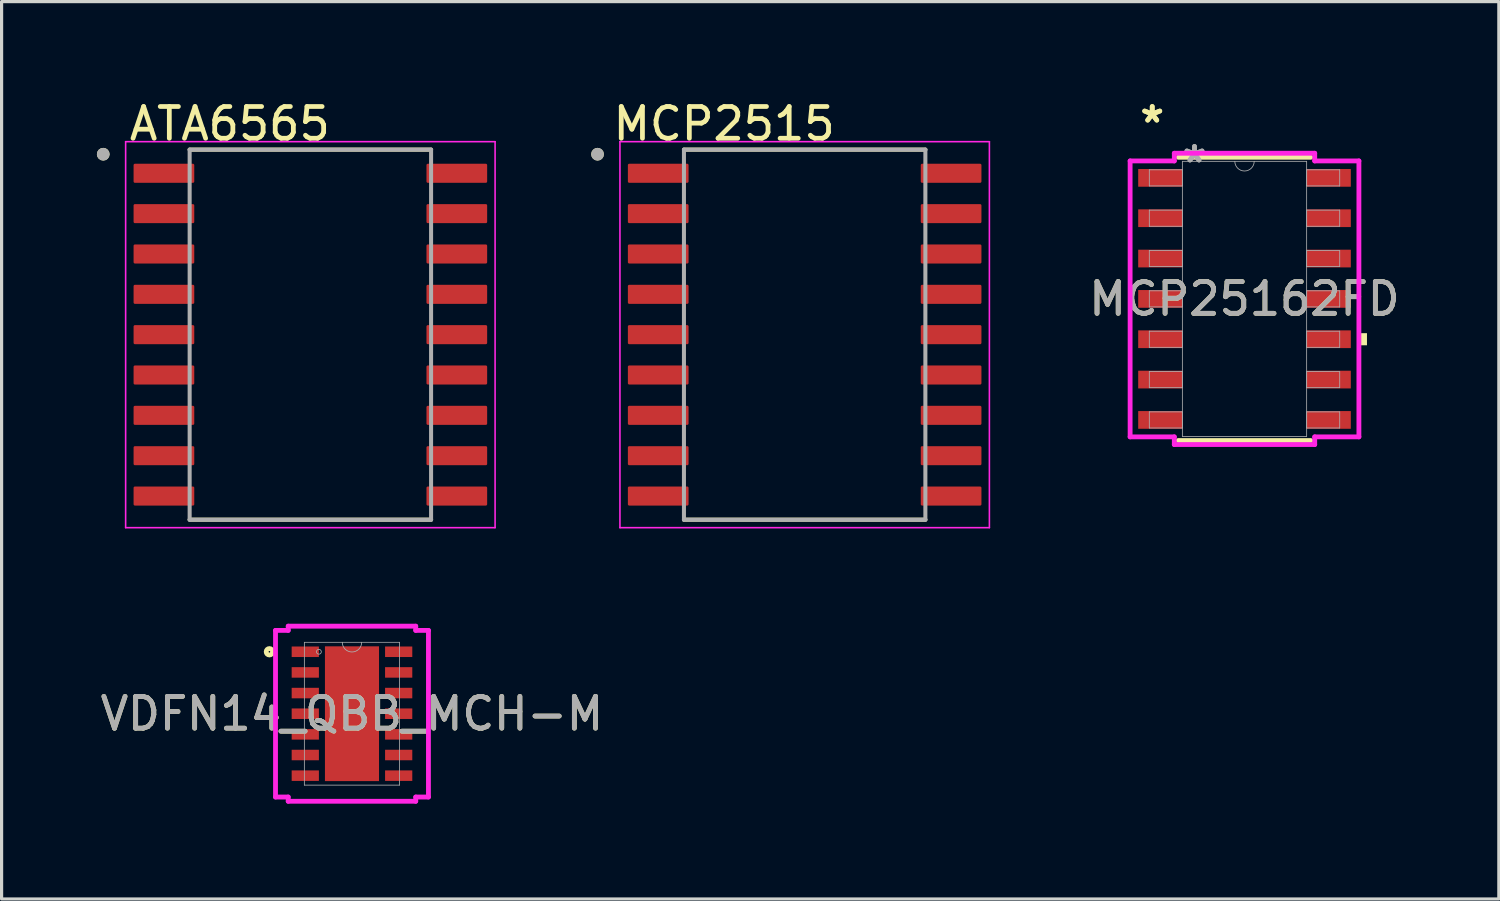
<source format=kicad_pcb>
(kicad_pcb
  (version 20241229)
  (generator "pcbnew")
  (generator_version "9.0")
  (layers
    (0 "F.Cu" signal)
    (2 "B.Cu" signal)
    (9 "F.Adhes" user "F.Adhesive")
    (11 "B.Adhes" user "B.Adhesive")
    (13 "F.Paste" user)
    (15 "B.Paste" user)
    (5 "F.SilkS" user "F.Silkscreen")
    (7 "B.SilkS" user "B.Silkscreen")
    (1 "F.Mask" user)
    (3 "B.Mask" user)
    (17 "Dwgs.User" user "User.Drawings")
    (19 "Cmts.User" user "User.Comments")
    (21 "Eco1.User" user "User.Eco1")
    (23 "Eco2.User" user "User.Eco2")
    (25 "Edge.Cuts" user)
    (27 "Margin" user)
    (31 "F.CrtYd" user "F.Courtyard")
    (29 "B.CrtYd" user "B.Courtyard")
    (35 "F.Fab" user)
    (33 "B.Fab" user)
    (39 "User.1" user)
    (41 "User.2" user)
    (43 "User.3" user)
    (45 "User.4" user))
  (footprint "MCP25162FD"
    (layer "F.Cu")
    (at 36.126 6.359)
    (property "Reference" "MCP25162FD" (at 0 0 0) (unlocked yes) (layer "F.SilkS") (effects (font (size 1 1) (thickness 0.15))))
    (attr smd)
    (fp_line (start -2.083 4.458) (end 2.083 4.458) (stroke (width 0.152) (type solid)) (layer "F.SilkS"))
    (fp_line (start 2.083 -4.458) (end -2.083 -4.458) (stroke (width 0.152) (type solid)) (layer "F.SilkS"))
    (fp_poly (pts (xy 3.855 1.079) (xy 3.855 1.46) (xy 3.601 1.46) (xy 3.601 1.079)) (stroke (width 0) (type solid)) (fill yes) (layer "F.SilkS"))
    (fp_line (start -3.601 -4.343) (end -2.21 -4.343) (stroke (width 0.152) (type solid)) (layer "F.CrtYd"))
    (fp_line (start -3.601 4.343) (end -3.601 -4.343) (stroke (width 0.152) (type solid)) (layer "F.CrtYd"))
    (fp_line (start -3.601 4.343) (end -2.21 4.343) (stroke (width 0.152) (type solid)) (layer "F.CrtYd"))
    (fp_line (start -2.21 -4.585) (end 2.21 -4.585) (stroke (width 0.152) (type solid)) (layer "F.CrtYd"))
    (fp_line (start -2.21 -4.343) (end -2.21 -4.585) (stroke (width 0.152) (type solid)) (layer "F.CrtYd"))
    (fp_line (start -2.21 4.585) (end -2.21 4.343) (stroke (width 0.152) (type solid)) (layer "F.CrtYd"))
    (fp_line (start 2.21 -4.585) (end 2.21 -4.343) (stroke (width 0.152) (type solid)) (layer "F.CrtYd"))
    (fp_line (start 2.21 4.343) (end 2.21 4.585) (stroke (width 0.152) (type solid)) (layer "F.CrtYd"))
    (fp_line (start 2.21 4.585) (end -2.21 4.585) (stroke (width 0.152) (type solid)) (layer "F.CrtYd"))
    (fp_line (start 3.601 -4.343) (end 2.21 -4.343) (stroke (width 0.152) (type solid)) (layer "F.CrtYd"))
    (fp_line (start 3.601 -4.343) (end 3.601 4.343) (stroke (width 0.152) (type solid)) (layer "F.CrtYd"))
    (fp_line (start 3.601 4.343) (end 2.21 4.343) (stroke (width 0.152) (type solid)) (layer "F.CrtYd"))
    (fp_line (start -2.997 -4.064) (end -2.997 -3.556) (stroke (width 0.025) (type solid)) (layer "F.Fab"))
    (fp_line (start -2.997 -3.556) (end -1.956 -3.556) (stroke (width 0.025) (type solid)) (layer "F.Fab"))
    (fp_line (start -2.997 -2.794) (end -2.997 -2.286) (stroke (width 0.025) (type solid)) (layer "F.Fab"))
    (fp_line (start -2.997 -2.286) (end -1.956 -2.286) (stroke (width 0.025) (type solid)) (layer "F.Fab"))
    (fp_line (start -2.997 -1.524) (end -2.997 -1.016) (stroke (width 0.025) (type solid)) (layer "F.Fab"))
    (fp_line (start -2.997 -1.016) (end -1.956 -1.016) (stroke (width 0.025) (type solid)) (layer "F.Fab"))
    (fp_line (start -2.997 -0.254) (end -2.997 0.254) (stroke (width 0.025) (type solid)) (layer "F.Fab"))
    (fp_line (start -2.997 0.254) (end -1.956 0.254) (stroke (width 0.025) (type solid)) (layer "F.Fab"))
    (fp_line (start -2.997 1.016) (end -2.997 1.524) (stroke (width 0.025) (type solid)) (layer "F.Fab"))
    (fp_line (start -2.997 1.524) (end -1.956 1.524) (stroke (width 0.025) (type solid)) (layer "F.Fab"))
    (fp_line (start -2.997 2.286) (end -2.997 2.794) (stroke (width 0.025) (type solid)) (layer "F.Fab"))
    (fp_line (start -2.997 2.794) (end -1.956 2.794) (stroke (width 0.025) (type solid)) (layer "F.Fab"))
    (fp_line (start -2.997 3.556) (end -2.997 4.064) (stroke (width 0.025) (type solid)) (layer "F.Fab"))
    (fp_line (start -2.997 4.064) (end -1.956 4.064) (stroke (width 0.025) (type solid)) (layer "F.Fab"))
    (fp_line (start -1.956 -4.331) (end -1.956 4.331) (stroke (width 0.025) (type solid)) (layer "F.Fab"))
    (fp_line (start -1.956 -4.064) (end -2.997 -4.064) (stroke (width 0.025) (type solid)) (layer "F.Fab"))
    (fp_line (start -1.956 -3.556) (end -1.956 -4.064) (stroke (width 0.025) (type solid)) (layer "F.Fab"))
    (fp_line (start -1.956 -2.794) (end -2.997 -2.794) (stroke (width 0.025) (type solid)) (layer "F.Fab"))
    (fp_line (start -1.956 -2.286) (end -1.956 -2.794) (stroke (width 0.025) (type solid)) (layer "F.Fab"))
    (fp_line (start -1.956 -1.524) (end -2.997 -1.524) (stroke (width 0.025) (type solid)) (layer "F.Fab"))
    (fp_line (start -1.956 -1.016) (end -1.956 -1.524) (stroke (width 0.025) (type solid)) (layer "F.Fab"))
    (fp_line (start -1.956 -0.254) (end -2.997 -0.254) (stroke (width 0.025) (type solid)) (layer "F.Fab"))
    (fp_line (start -1.956 0.254) (end -1.956 -0.254) (stroke (width 0.025) (type solid)) (layer "F.Fab"))
    (fp_line (start -1.956 1.016) (end -2.997 1.016) (stroke (width 0.025) (type solid)) (layer "F.Fab"))
    (fp_line (start -1.956 1.524) (end -1.956 1.016) (stroke (width 0.025) (type solid)) (layer "F.Fab"))
    (fp_line (start -1.956 2.286) (end -2.997 2.286) (stroke (width 0.025) (type solid)) (layer "F.Fab"))
    (fp_line (start -1.956 2.794) (end -1.956 2.286) (stroke (width 0.025) (type solid)) (layer "F.Fab"))
    (fp_line (start -1.956 3.556) (end -2.997 3.556) (stroke (width 0.025) (type solid)) (layer "F.Fab"))
    (fp_line (start -1.956 4.064) (end -1.956 3.556) (stroke (width 0.025) (type solid)) (layer "F.Fab"))
    (fp_line (start -1.956 4.331) (end 1.956 4.331) (stroke (width 0.025) (type solid)) (layer "F.Fab"))
    (fp_line (start 1.956 -4.331) (end -1.956 -4.331) (stroke (width 0.025) (type solid)) (layer "F.Fab"))
    (fp_line (start 1.956 -4.064) (end 1.956 -3.556) (stroke (width 0.025) (type solid)) (layer "F.Fab"))
    (fp_line (start 1.956 -3.556) (end 2.997 -3.556) (stroke (width 0.025) (type solid)) (layer "F.Fab"))
    (fp_line (start 1.956 -2.794) (end 1.956 -2.286) (stroke (width 0.025) (type solid)) (layer "F.Fab"))
    (fp_line (start 1.956 -2.286) (end 2.997 -2.286) (stroke (width 0.025) (type solid)) (layer "F.Fab"))
    (fp_line (start 1.956 -1.524) (end 1.956 -1.016) (stroke (width 0.025) (type solid)) (layer "F.Fab"))
    (fp_line (start 1.956 -1.016) (end 2.997 -1.016) (stroke (width 0.025) (type solid)) (layer "F.Fab"))
    (fp_line (start 1.956 -0.254) (end 1.956 0.254) (stroke (width 0.025) (type solid)) (layer "F.Fab"))
    (fp_line (start 1.956 0.254) (end 2.997 0.254) (stroke (width 0.025) (type solid)) (layer "F.Fab"))
    (fp_line (start 1.956 1.016) (end 1.956 1.524) (stroke (width 0.025) (type solid)) (layer "F.Fab"))
    (fp_line (start 1.956 1.524) (end 2.997 1.524) (stroke (width 0.025) (type solid)) (layer "F.Fab"))
    (fp_line (start 1.956 2.286) (end 1.956 2.794) (stroke (width 0.025) (type solid)) (layer "F.Fab"))
    (fp_line (start 1.956 2.794) (end 2.997 2.794) (stroke (width 0.025) (type solid)) (layer "F.Fab"))
    (fp_line (start 1.956 3.556) (end 1.956 4.064) (stroke (width 0.025) (type solid)) (layer "F.Fab"))
    (fp_line (start 1.956 4.064) (end 2.997 4.064) (stroke (width 0.025) (type solid)) (layer "F.Fab"))
    (fp_line (start 1.956 4.331) (end 1.956 -4.331) (stroke (width 0.025) (type solid)) (layer "F.Fab"))
    (fp_line (start 2.997 -4.064) (end 1.956 -4.064) (stroke (width 0.025) (type solid)) (layer "F.Fab"))
    (fp_line (start 2.997 -3.556) (end 2.997 -4.064) (stroke (width 0.025) (type solid)) (layer "F.Fab"))
    (fp_line (start 2.997 -2.794) (end 1.956 -2.794) (stroke (width 0.025) (type solid)) (layer "F.Fab"))
    (fp_line (start 2.997 -2.286) (end 2.997 -2.794) (stroke (width 0.025) (type solid)) (layer "F.Fab"))
    (fp_line (start 2.997 -1.524) (end 1.956 -1.524) (stroke (width 0.025) (type solid)) (layer "F.Fab"))
    (fp_line (start 2.997 -1.016) (end 2.997 -1.524) (stroke (width 0.025) (type solid)) (layer "F.Fab"))
    (fp_line (start 2.997 -0.254) (end 1.956 -0.254) (stroke (width 0.025) (type solid)) (layer "F.Fab"))
    (fp_line (start 2.997 0.254) (end 2.997 -0.254) (stroke (width 0.025) (type solid)) (layer "F.Fab"))
    (fp_line (start 2.997 1.016) (end 1.956 1.016) (stroke (width 0.025) (type solid)) (layer "F.Fab"))
    (fp_line (start 2.997 1.524) (end 2.997 1.016) (stroke (width 0.025) (type solid)) (layer "F.Fab"))
    (fp_line (start 2.997 2.286) (end 1.956 2.286) (stroke (width 0.025) (type solid)) (layer "F.Fab"))
    (fp_line (start 2.997 2.794) (end 2.997 2.286) (stroke (width 0.025) (type solid)) (layer "F.Fab"))
    (fp_line (start 2.997 3.556) (end 1.956 3.556) (stroke (width 0.025) (type solid)) (layer "F.Fab"))
    (fp_line (start 2.997 4.064) (end 2.997 3.556) (stroke (width 0.025) (type solid)) (layer "F.Fab"))
    (fp_arc (start 0.3048 -4.3307) (mid 0 -4.0259) (end -0.3048 -4.3307) (stroke (width 0.0254) (type solid)) (layer "F.Fab"))
    (fp_text user "*" (at -2.905 -5.511 0) (layer "F.SilkS") (effects (font (size 1 1) (thickness 0.15))))
    (fp_text user "*" (at -2.905 -5.511 0) (unlocked yes) (layer "F.SilkS") (effects (font (size 1 1) (thickness 0.15))))
    (fp_text user "${REFERENCE}" (at 0 0 0) (unlocked yes) (layer "F.Fab") (effects (font (size 1 1) (thickness 0.15))))
    (fp_text user "*" (at -1.575 -4.255 0) (layer "F.Fab") (effects (font (size 1 1) (thickness 0.15))))
    (fp_text user "*" (at -1.575 -4.255 0) (unlocked yes) (layer "F.Fab") (effects (font (size 1 1) (thickness 0.15))))
    (pad "1" smd rect (at -2.651 -3.81) (size 1.391 0.558) (layers "F.Cu" "F.Mask" "F.Paste"))
    (pad "2" smd rect (at -2.651 -2.54) (size 1.391 0.558) (layers "F.Cu" "F.Mask" "F.Paste"))
    (pad "3" smd rect (at -2.651 -1.27) (size 1.391 0.558) (layers "F.Cu" "F.Mask" "F.Paste"))
    (pad "4" smd rect (at -2.651 0) (size 1.391 0.558) (layers "F.Cu" "F.Mask" "F.Paste"))
    (pad "5" smd rect (at -2.651 1.27) (size 1.391 0.558) (layers "F.Cu" "F.Mask" "F.Paste"))
    (pad "6" smd rect (at -2.651 2.54) (size 1.391 0.558) (layers "F.Cu" "F.Mask" "F.Paste"))
    (pad "7" smd rect (at -2.651 3.81) (size 1.391 0.558) (layers "F.Cu" "F.Mask" "F.Paste"))
    (pad "8" smd rect (at 2.651 3.81) (size 1.391 0.558) (layers "F.Cu" "F.Mask" "F.Paste"))
    (pad "9" smd rect (at 2.651 2.54) (size 1.391 0.558) (layers "F.Cu" "F.Mask" "F.Paste"))
    (pad "10" smd rect (at 2.651 1.27) (size 1.391 0.558) (layers "F.Cu" "F.Mask" "F.Paste"))
    (pad "11" smd rect (at 2.651 0) (size 1.391 0.558) (layers "F.Cu" "F.Mask" "F.Paste"))
    (pad "12" smd rect (at 2.651 -1.27) (size 1.391 0.558) (layers "F.Cu" "F.Mask" "F.Paste"))
    (pad "13" smd rect (at 2.651 -2.54) (size 1.391 0.558) (layers "F.Cu" "F.Mask" "F.Paste"))
    (pad "14" smd rect (at 2.651 -3.81) (size 1.391 0.558) (layers "F.Cu" "F.Mask" "F.Paste")))
  (footprint "ATA6565"
    (layer "F.Cu")
    (at 6.72 7.485)
    (property "Reference" "ATA6565" (at -2.535 -6.637 0) (layer "F.SilkS") (effects (font (size 1 1) (thickness 0.15))))
    (attr smd)
    (fp_line (start -3.8 -5.825) (end 3.8 -5.825) (stroke (width 0.127) (type solid)) (layer "F.SilkS"))
    (fp_line (start -3.8 5.825) (end 3.8 5.825) (stroke (width 0.127) (type solid)) (layer "F.SilkS"))
    (fp_circle (center -6.52 -5.68) (end -6.42 -5.68) (stroke (width 0.2) (type solid)) (fill no) (layer "F.SilkS"))
    (fp_line (start -5.815 -6.075) (end -5.815 6.075) (stroke (width 0.05) (type solid)) (layer "F.CrtYd"))
    (fp_line (start -5.815 -6.075) (end 5.815 -6.075) (stroke (width 0.05) (type solid)) (layer "F.CrtYd"))
    (fp_line (start -5.815 6.075) (end 5.815 6.075) (stroke (width 0.05) (type solid)) (layer "F.CrtYd"))
    (fp_line (start 5.815 -6.075) (end 5.815 6.075) (stroke (width 0.05) (type solid)) (layer "F.CrtYd"))
    (fp_line (start -3.8 -5.825) (end -3.8 5.825) (stroke (width 0.127) (type solid)) (layer "F.Fab"))
    (fp_line (start -3.8 -5.825) (end 3.8 -5.825) (stroke (width 0.127) (type solid)) (layer "F.Fab"))
    (fp_line (start -3.8 5.825) (end 3.8 5.825) (stroke (width 0.127) (type solid)) (layer "F.Fab"))
    (fp_line (start 3.8 -5.825) (end 3.8 5.825) (stroke (width 0.127) (type solid)) (layer "F.Fab"))
    (fp_circle (center -6.52 -5.68) (end -6.42 -5.68) (stroke (width 0.2) (type solid)) (fill no) (layer "F.Fab"))
    (pad "1" smd roundrect (at -4.61 -5.08) (size 1.91 0.6) (layers "F.Cu" "F.Mask" "F.Paste") (roundrect_rratio 0.07))
    (pad "2" smd roundrect (at -4.61 -3.81) (size 1.91 0.6) (layers "F.Cu" "F.Mask" "F.Paste") (roundrect_rratio 0.07))
    (pad "3" smd roundrect (at -4.61 -2.54) (size 1.91 0.6) (layers "F.Cu" "F.Mask" "F.Paste") (roundrect_rratio 0.07))
    (pad "4" smd roundrect (at -4.61 -1.27) (size 1.91 0.6) (layers "F.Cu" "F.Mask" "F.Paste") (roundrect_rratio 0.07))
    (pad "5" smd roundrect (at -4.61 0) (size 1.91 0.6) (layers "F.Cu" "F.Mask" "F.Paste") (roundrect_rratio 0.07))
    (pad "6" smd roundrect (at -4.61 1.27) (size 1.91 0.6) (layers "F.Cu" "F.Mask" "F.Paste") (roundrect_rratio 0.07))
    (pad "7" smd roundrect (at -4.61 2.54) (size 1.91 0.6) (layers "F.Cu" "F.Mask" "F.Paste") (roundrect_rratio 0.07))
    (pad "8" smd roundrect (at -4.61 3.81) (size 1.91 0.6) (layers "F.Cu" "F.Mask" "F.Paste") (roundrect_rratio 0.07))
    (pad "9" smd roundrect (at -4.61 5.08) (size 1.91 0.6) (layers "F.Cu" "F.Mask" "F.Paste") (roundrect_rratio 0.07))
    (pad "10" smd roundrect (at 4.61 5.08) (size 1.91 0.6) (layers "F.Cu" "F.Mask" "F.Paste") (roundrect_rratio 0.07))
    (pad "11" smd roundrect (at 4.61 3.81) (size 1.91 0.6) (layers "F.Cu" "F.Mask" "F.Paste") (roundrect_rratio 0.07))
    (pad "12" smd roundrect (at 4.61 2.54) (size 1.91 0.6) (layers "F.Cu" "F.Mask" "F.Paste") (roundrect_rratio 0.07))
    (pad "13" smd roundrect (at 4.61 1.27) (size 1.91 0.6) (layers "F.Cu" "F.Mask" "F.Paste") (roundrect_rratio 0.07))
    (pad "14" smd roundrect (at 4.61 0) (size 1.91 0.6) (layers "F.Cu" "F.Mask" "F.Paste") (roundrect_rratio 0.07))
    (pad "15" smd roundrect (at 4.61 -1.27) (size 1.91 0.6) (layers "F.Cu" "F.Mask" "F.Paste") (roundrect_rratio 0.07))
    (pad "16" smd roundrect (at 4.61 -2.54) (size 1.91 0.6) (layers "F.Cu" "F.Mask" "F.Paste") (roundrect_rratio 0.07))
    (pad "17" smd roundrect (at 4.61 -3.81) (size 1.91 0.6) (layers "F.Cu" "F.Mask" "F.Paste") (roundrect_rratio 0.07))
    (pad "18" smd roundrect (at 4.61 -5.08) (size 1.91 0.6) (layers "F.Cu" "F.Mask" "F.Paste") (roundrect_rratio 0.07)))
  (footprint "VDFN14_QBB_MCH-M"
    (layer "F.Cu")
    (at 8.03 19.417)
    (property "Reference" "VDFN14_QBB_MCH-M" (at 0 0 0) (unlocked yes) (layer "F.SilkS") (effects (font (size 1 1) (thickness 0.15))))
    (attr smd)
    (fp_circle (center -2.599 -1.95) (end -2.498 -1.95) (stroke (width 0.152) (type solid)) (fill no) (layer "F.SilkS"))
    (fp_poly (pts (xy -0.751 -2.021) (xy -0.751 -0.807) (xy 0.751 -0.807) (xy 0.751 -2.021)) (stroke (width 0) (type solid)) (fill yes) (layer "F.Paste"))
    (fp_poly (pts (xy -0.751 -0.607) (xy -0.751 0.607) (xy 0.751 0.607) (xy 0.751 -0.607)) (stroke (width 0) (type solid)) (fill yes) (layer "F.Paste"))
    (fp_poly (pts (xy -0.751 0.807) (xy -0.751 2.021) (xy 0.751 2.021) (xy 0.751 0.807)) (stroke (width 0) (type solid)) (fill yes) (layer "F.Paste"))
    (fp_line (start -2.407 -2.623) (end -2.007 -2.623) (stroke (width 0.152) (type solid)) (layer "F.CrtYd"))
    (fp_line (start -2.407 2.623) (end -2.407 -2.623) (stroke (width 0.152) (type solid)) (layer "F.CrtYd"))
    (fp_line (start -2.407 2.623) (end -2.007 2.623) (stroke (width 0.152) (type solid)) (layer "F.CrtYd"))
    (fp_line (start -2.007 -2.756) (end 2.007 -2.756) (stroke (width 0.152) (type solid)) (layer "F.CrtYd"))
    (fp_line (start -2.007 -2.623) (end -2.007 -2.756) (stroke (width 0.152) (type solid)) (layer "F.CrtYd"))
    (fp_line (start -2.007 2.756) (end -2.007 2.623) (stroke (width 0.152) (type solid)) (layer "F.CrtYd"))
    (fp_line (start 2.007 -2.756) (end 2.007 -2.623) (stroke (width 0.152) (type solid)) (layer "F.CrtYd"))
    (fp_line (start 2.007 2.623) (end 2.007 2.756) (stroke (width 0.152) (type solid)) (layer "F.CrtYd"))
    (fp_line (start 2.007 2.756) (end -2.007 2.756) (stroke (width 0.152) (type solid)) (layer "F.CrtYd"))
    (fp_line (start 2.407 -2.623) (end 2.007 -2.623) (stroke (width 0.152) (type solid)) (layer "F.CrtYd"))
    (fp_line (start 2.407 -2.623) (end 2.407 2.623) (stroke (width 0.152) (type solid)) (layer "F.CrtYd"))
    (fp_line (start 2.407 2.623) (end 2.007 2.623) (stroke (width 0.152) (type solid)) (layer "F.CrtYd"))
    (fp_line (start -1.499 -2.248) (end -1.499 2.248) (stroke (width 0.025) (type solid)) (layer "F.Fab"))
    (fp_line (start -1.499 2.248) (end 1.499 2.248) (stroke (width 0.025) (type solid)) (layer "F.Fab"))
    (fp_line (start 1.499 -2.248) (end -1.499 -2.248) (stroke (width 0.025) (type solid)) (layer "F.Fab"))
    (fp_line (start 1.499 2.248) (end 1.499 -2.248) (stroke (width 0.025) (type solid)) (layer "F.Fab"))
    (fp_arc (start 0.3048 -2.2479) (mid 0 -1.9431) (end -0.3048 -2.2479) (stroke (width 0.0254) (type solid)) (layer "F.Fab"))
    (fp_circle (center -1.041 -1.95) (end -0.965 -1.95) (stroke (width 0.025) (type solid)) (fill no) (layer "F.Fab"))
    (fp_text user "${REFERENCE}" (at 0 0 0) (unlocked yes) (layer "F.Fab") (effects (font (size 1 1) (thickness 0.15))))
    (pad "1" smd rect (at -1.47 -1.95) (size 0.857 0.331) (layers "F.Cu" "F.Mask" "F.Paste"))
    (pad "2" smd rect (at -1.47 -1.3) (size 0.857 0.331) (layers "F.Cu" "F.Mask" "F.Paste"))
    (pad "3" smd rect (at -1.47 -0.65) (size 0.857 0.331) (layers "F.Cu" "F.Mask" "F.Paste"))
    (pad "4" smd rect (at -1.47 0) (size 0.857 0.331) (layers "F.Cu" "F.Mask" "F.Paste"))
    (pad "5" smd rect (at -1.47 0.65) (size 0.857 0.331) (layers "F.Cu" "F.Mask" "F.Paste"))
    (pad "6" smd rect (at -1.47 1.3) (size 0.857 0.331) (layers "F.Cu" "F.Mask" "F.Paste"))
    (pad "7" smd rect (at -1.47 1.95) (size 0.857 0.331) (layers "F.Cu" "F.Mask" "F.Paste"))
    (pad "8" smd rect (at 1.47 1.95) (size 0.857 0.331) (layers "F.Cu" "F.Mask" "F.Paste"))
    (pad "9" smd rect (at 1.47 1.3) (size 0.857 0.331) (layers "F.Cu" "F.Mask" "F.Paste"))
    (pad "10" smd rect (at 1.47 0.65) (size 0.857 0.331) (layers "F.Cu" "F.Mask" "F.Paste"))
    (pad "11" smd rect (at 1.47 0) (size 0.857 0.331) (layers "F.Cu" "F.Mask" "F.Paste"))
    (pad "12" smd rect (at 1.47 -0.65) (size 0.857 0.331) (layers "F.Cu" "F.Mask" "F.Paste"))
    (pad "13" smd rect (at 1.47 -1.3) (size 0.857 0.331) (layers "F.Cu" "F.Mask" "F.Paste"))
    (pad "14" smd rect (at 1.47 -1.95) (size 0.857 0.331) (layers "F.Cu" "F.Mask" "F.Paste"))
    (pad "15" smd rect (at 0 0) (size 1.702 4.242) (layers "F.Cu" "F.Mask" "F.Paste")))
  (footprint "MCP2515"
    (layer "F.Cu")
    (at 22.28 7.485)
    (property "Reference" "MCP2515" (at -2.535 -6.637 0) (layer "F.SilkS") (effects (font (size 1 1) (thickness 0.15))))
    (attr smd)
    (fp_line (start -3.8 -5.825) (end 3.8 -5.825) (stroke (width 0.127) (type solid)) (layer "F.SilkS"))
    (fp_line (start -3.8 5.825) (end 3.8 5.825) (stroke (width 0.127) (type solid)) (layer "F.SilkS"))
    (fp_circle (center -6.52 -5.68) (end -6.42 -5.68) (stroke (width 0.2) (type solid)) (fill no) (layer "F.SilkS"))
    (fp_line (start -5.815 -6.075) (end -5.815 6.075) (stroke (width 0.05) (type solid)) (layer "F.CrtYd"))
    (fp_line (start -5.815 -6.075) (end 5.815 -6.075) (stroke (width 0.05) (type solid)) (layer "F.CrtYd"))
    (fp_line (start -5.815 6.075) (end 5.815 6.075) (stroke (width 0.05) (type solid)) (layer "F.CrtYd"))
    (fp_line (start 5.815 -6.075) (end 5.815 6.075) (stroke (width 0.05) (type solid)) (layer "F.CrtYd"))
    (fp_line (start -3.8 -5.825) (end -3.8 5.825) (stroke (width 0.127) (type solid)) (layer "F.Fab"))
    (fp_line (start -3.8 -5.825) (end 3.8 -5.825) (stroke (width 0.127) (type solid)) (layer "F.Fab"))
    (fp_line (start -3.8 5.825) (end 3.8 5.825) (stroke (width 0.127) (type solid)) (layer "F.Fab"))
    (fp_line (start 3.8 -5.825) (end 3.8 5.825) (stroke (width 0.127) (type solid)) (layer "F.Fab"))
    (fp_circle (center -6.52 -5.68) (end -6.42 -5.68) (stroke (width 0.2) (type solid)) (fill no) (layer "F.Fab"))
    (pad "1" smd roundrect (at -4.61 -5.08) (size 1.91 0.6) (layers "F.Cu" "F.Mask" "F.Paste") (roundrect_rratio 0.07))
    (pad "2" smd roundrect (at -4.61 -3.81) (size 1.91 0.6) (layers "F.Cu" "F.Mask" "F.Paste") (roundrect_rratio 0.07))
    (pad "3" smd roundrect (at -4.61 -2.54) (size 1.91 0.6) (layers "F.Cu" "F.Mask" "F.Paste") (roundrect_rratio 0.07))
    (pad "4" smd roundrect (at -4.61 -1.27) (size 1.91 0.6) (layers "F.Cu" "F.Mask" "F.Paste") (roundrect_rratio 0.07))
    (pad "5" smd roundrect (at -4.61 0) (size 1.91 0.6) (layers "F.Cu" "F.Mask" "F.Paste") (roundrect_rratio 0.07))
    (pad "6" smd roundrect (at -4.61 1.27) (size 1.91 0.6) (layers "F.Cu" "F.Mask" "F.Paste") (roundrect_rratio 0.07))
    (pad "7" smd roundrect (at -4.61 2.54) (size 1.91 0.6) (layers "F.Cu" "F.Mask" "F.Paste") (roundrect_rratio 0.07))
    (pad "8" smd roundrect (at -4.61 3.81) (size 1.91 0.6) (layers "F.Cu" "F.Mask" "F.Paste") (roundrect_rratio 0.07))
    (pad "9" smd roundrect (at -4.61 5.08) (size 1.91 0.6) (layers "F.Cu" "F.Mask" "F.Paste") (roundrect_rratio 0.07))
    (pad "10" smd roundrect (at 4.61 5.08) (size 1.91 0.6) (layers "F.Cu" "F.Mask" "F.Paste") (roundrect_rratio 0.07))
    (pad "11" smd roundrect (at 4.61 3.81) (size 1.91 0.6) (layers "F.Cu" "F.Mask" "F.Paste") (roundrect_rratio 0.07))
    (pad "12" smd roundrect (at 4.61 2.54) (size 1.91 0.6) (layers "F.Cu" "F.Mask" "F.Paste") (roundrect_rratio 0.07))
    (pad "13" smd roundrect (at 4.61 1.27) (size 1.91 0.6) (layers "F.Cu" "F.Mask" "F.Paste") (roundrect_rratio 0.07))
    (pad "14" smd roundrect (at 4.61 0) (size 1.91 0.6) (layers "F.Cu" "F.Mask" "F.Paste") (roundrect_rratio 0.07))
    (pad "15" smd roundrect (at 4.61 -1.27) (size 1.91 0.6) (layers "F.Cu" "F.Mask" "F.Paste") (roundrect_rratio 0.07))
    (pad "16" smd roundrect (at 4.61 -2.54) (size 1.91 0.6) (layers "F.Cu" "F.Mask" "F.Paste") (roundrect_rratio 0.07))
    (pad "17" smd roundrect (at 4.61 -3.81) (size 1.91 0.6) (layers "F.Cu" "F.Mask" "F.Paste") (roundrect_rratio 0.07))
    (pad "18" smd roundrect (at 4.61 -5.08) (size 1.91 0.6) (layers "F.Cu" "F.Mask" "F.Paste") (roundrect_rratio 0.07)))
  (gr_rect
    (start -3 -3)
    (end 44.132 25.249)
    (stroke (width 0.1) (type default))
    (fill no)
    (layer "Edge.Cuts")))
</source>
